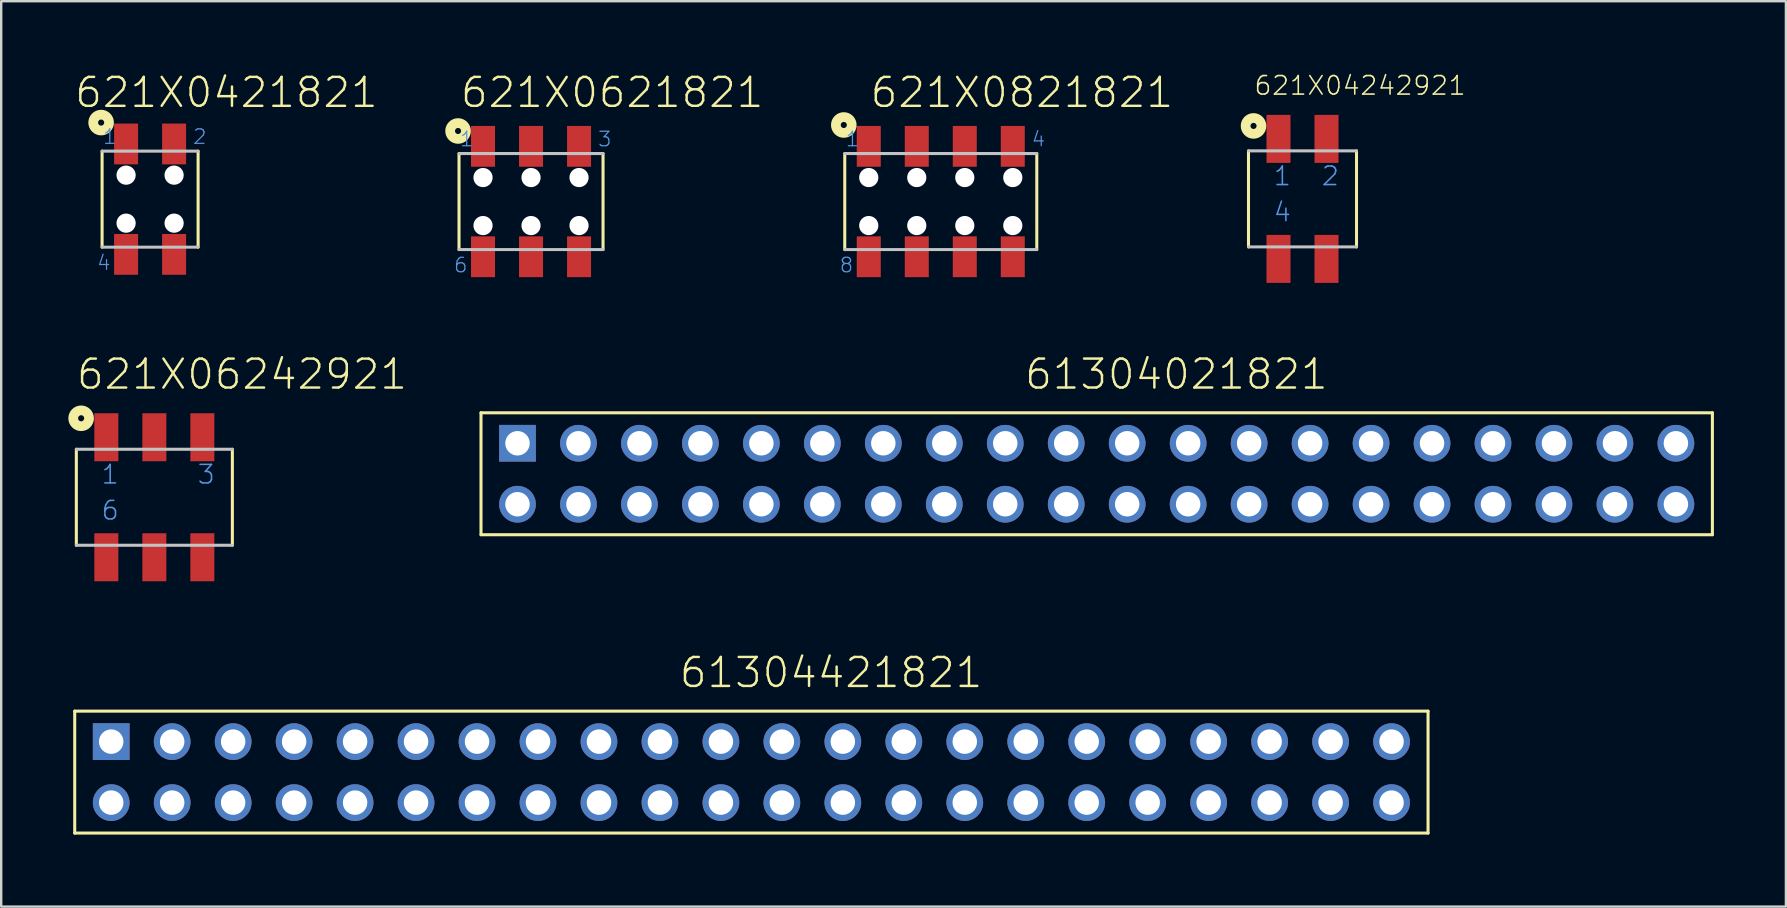
<source format=kicad_pcb>
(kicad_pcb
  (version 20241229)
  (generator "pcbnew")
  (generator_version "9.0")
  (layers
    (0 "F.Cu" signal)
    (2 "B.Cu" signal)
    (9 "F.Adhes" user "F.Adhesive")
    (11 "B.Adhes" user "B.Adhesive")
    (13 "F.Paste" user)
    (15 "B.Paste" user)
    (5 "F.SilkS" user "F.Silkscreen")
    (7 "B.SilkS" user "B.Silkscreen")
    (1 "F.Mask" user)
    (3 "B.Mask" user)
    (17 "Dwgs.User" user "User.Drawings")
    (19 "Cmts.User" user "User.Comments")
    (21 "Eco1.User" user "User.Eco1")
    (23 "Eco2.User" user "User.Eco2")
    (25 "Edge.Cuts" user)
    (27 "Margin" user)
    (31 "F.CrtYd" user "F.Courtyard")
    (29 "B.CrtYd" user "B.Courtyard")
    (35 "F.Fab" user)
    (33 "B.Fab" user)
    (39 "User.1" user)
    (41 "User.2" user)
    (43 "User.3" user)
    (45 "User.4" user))
  (footprint "621X04242921"
    (layer "F.Cu")
    (at 51.213 5.236)
    (property "Reference" "621X04242921" (at -2.057 -4.269 0) (layer "F.SilkS") (effects (font (size 0.772 0.772) (thickness 0.065)) (justify left bottom)))
    (attr through_hole)
    (fp_line (start -2.25 -2) (end -2.25 2) (stroke (width 0.127) (type solid)) (layer "F.SilkS"))
    (fp_line (start 2.25 2) (end 2.25 -2) (stroke (width 0.127) (type solid)) (layer "F.SilkS"))
    (fp_circle (center -2.04 -3.04) (end -1.913 -3.04) (stroke (width 0.406) (type solid)) (fill no) (layer "F.SilkS"))
    (fp_line (start -2.25 2) (end 2.25 2) (stroke (width 0.127) (type solid)) (layer "Dwgs.User"))
    (fp_line (start 2.25 -2) (end -2.25 -2) (stroke (width 0.127) (type solid)) (layer "Dwgs.User"))
    (fp_text user "4" (at -1.25 1 0) (layer "Cmts.User") (effects (font (size 0.772 0.772) (thickness 0.065)) (justify left bottom)))
    (fp_text user "1" (at -1.25 -0.5 0) (layer "Cmts.User") (effects (font (size 0.772 0.772) (thickness 0.065)) (justify left bottom)))
    (fp_text user "2" (at 0.75 -0.5 0) (layer "Cmts.User") (effects (font (size 0.772 0.772) (thickness 0.065)) (justify left bottom)))
    (pad "1" smd rect (at -1 -2.5) (size 1 2) (layers "F.Cu" "F.Mask" "F.Paste"))
    (pad "2" smd rect (at 1 -2.5) (size 1 2) (layers "F.Cu" "F.Mask" "F.Paste"))
    (pad "3" smd rect (at 1 2.5) (size 1 2) (layers "F.Cu" "F.Mask" "F.Paste"))
    (pad "4" smd rect (at -1 2.5) (size 1 2) (layers "F.Cu" "F.Mask" "F.Paste")))
  (footprint "621X0621821"
    (layer "F.Cu")
    (at 19.073 5.347)
    (property "Reference" "621X0621821" (at -3.003 -3.836 0) (layer "F.SilkS") (effects (font (size 1.206 1.206) (thickness 0.102)) (justify left bottom)))
    (attr through_hole)
    (fp_line (start -3 2) (end -3 -2) (stroke (width 0.127) (type solid)) (layer "F.SilkS"))
    (fp_line (start 3 -2) (end 3 2) (stroke (width 0.127) (type solid)) (layer "F.SilkS"))
    (fp_circle (center -3.04 -2.94) (end -2.913 -2.94) (stroke (width 0.406) (type solid)) (fill no) (layer "F.SilkS"))
    (fp_line (start -3 -2) (end 3 -2) (stroke (width 0.127) (type solid)) (layer "Dwgs.User"))
    (fp_line (start 3 2) (end -3 2) (stroke (width 0.127) (type solid)) (layer "Dwgs.User"))
    (fp_text user "1" (at -3 -2.25 0) (layer "Cmts.User") (effects (font (size 0.603 0.603) (thickness 0.051)) (justify left bottom)))
    (fp_text user "3" (at 2.75 -2.25 0) (layer "Cmts.User") (effects (font (size 0.603 0.603) (thickness 0.051)) (justify left bottom)))
    (fp_text user "6" (at -3.25 3 0) (layer "Cmts.User") (effects (font (size 0.603 0.603) (thickness 0.051)) (justify left bottom)))
    (pad "" np_thru_hole circle (at -2 -1) (size 0.8 0.8) (drill 0.8) (layers "*.Cu"))
    (pad "" np_thru_hole circle (at -2 1) (size 0.8 0.8) (drill 0.8) (layers "*.Cu"))
    (pad "" np_thru_hole circle (at 0 -1) (size 0.8 0.8) (drill 0.8) (layers "*.Cu"))
    (pad "" np_thru_hole circle (at 0 1) (size 0.8 0.8) (drill 0.8) (layers "*.Cu"))
    (pad "" np_thru_hole circle (at 2 -1) (size 0.8 0.8) (drill 0.8) (layers "*.Cu"))
    (pad "" np_thru_hole circle (at 2 1) (size 0.8 0.8) (drill 0.8) (layers "*.Cu"))
    (pad "1" smd rect (at -2 -2.3) (size 1 1.7) (layers "F.Cu" "F.Mask" "F.Paste"))
    (pad "2" smd rect (at 0 -2.3) (size 1 1.7) (layers "F.Cu" "F.Mask" "F.Paste"))
    (pad "3" smd rect (at 2 -2.3) (size 1 1.7) (layers "F.Cu" "F.Mask" "F.Paste"))
    (pad "4" smd rect (at 2 2.3) (size 1 1.7) (layers "F.Cu" "F.Mask" "F.Paste"))
    (pad "5" smd rect (at 0 2.3) (size 1 1.7) (layers "F.Cu" "F.Mask" "F.Paste"))
    (pad "6" smd rect (at -2 2.3) (size 1 1.7) (layers "F.Cu" "F.Mask" "F.Paste")))
  (footprint "621X06242921"
    (layer "F.Cu")
    (at 3.38 17.666)
    (property "Reference" "621X06242921" (at -3.307 -4.418 0) (layer "F.SilkS") (effects (font (size 1.206 1.206) (thickness 0.102)) (justify left bottom)))
    (attr through_hole)
    (fp_line (start -3.25 -2) (end -3.25 2) (stroke (width 0.127) (type solid)) (layer "F.SilkS"))
    (fp_line (start 3.25 2) (end 3.25 -2) (stroke (width 0.127) (type solid)) (layer "F.SilkS"))
    (fp_circle (center -3.05 -3.29) (end -2.923 -3.29) (stroke (width 0.406) (type solid)) (fill no) (layer "F.SilkS"))
    (fp_line (start -3.25 2) (end 3.25 2) (stroke (width 0.127) (type solid)) (layer "Dwgs.User"))
    (fp_line (start 3.25 -2) (end -3.25 -2) (stroke (width 0.127) (type solid)) (layer "Dwgs.User"))
    (fp_text user "6" (at -2.25 1 0) (layer "Cmts.User") (effects (font (size 0.772 0.772) (thickness 0.065)) (justify left bottom)))
    (fp_text user "1" (at -2.25 -0.5 0) (layer "Cmts.User") (effects (font (size 0.772 0.772) (thickness 0.065)) (justify left bottom)))
    (fp_text user "3" (at 1.75 -0.5 0) (layer "Cmts.User") (effects (font (size 0.772 0.772) (thickness 0.065)) (justify left bottom)))
    (pad "1" smd rect (at -2 -2.5) (size 1 2) (layers "F.Cu" "F.Mask" "F.Paste"))
    (pad "2" smd rect (at 0 -2.5) (size 1 2) (layers "F.Cu" "F.Mask" "F.Paste"))
    (pad "3" smd rect (at 2 -2.5) (size 1 2) (layers "F.Cu" "F.Mask" "F.Paste"))
    (pad "4" smd rect (at 2 2.5) (size 1 2) (layers "F.Cu" "F.Mask" "F.Paste"))
    (pad "5" smd rect (at 0 2.5) (size 1 2) (layers "F.Cu" "F.Mask" "F.Paste"))
    (pad "6" smd rect (at -2 2.5) (size 1 2) (layers "F.Cu" "F.Mask" "F.Paste")))
  (footprint "61304021821"
    (layer "F.Cu")
    (at 42.639 16.687)
    (property "Reference" "61304021821" (at -3.063 -3.44 0) (layer "F.SilkS") (effects (font (size 1.206 1.206) (thickness 0.102)) (justify left bottom)))
    (attr through_hole)
    (fp_line (start -25.65 -2.54) (end -25.65 2.54) (stroke (width 0.127) (type solid)) (layer "F.SilkS"))
    (fp_line (start -25.65 2.54) (end 25.65 2.54) (stroke (width 0.127) (type solid)) (layer "F.SilkS"))
    (fp_line (start 25.65 -2.54) (end -25.65 -2.54) (stroke (width 0.127) (type solid)) (layer "F.SilkS"))
    (fp_line (start 25.65 2.54) (end 25.65 -2.54) (stroke (width 0.127) (type solid)) (layer "F.SilkS"))
    (fp_text user "1" (at -24.36 -1 0) (layer "Cmts.User") (effects (font (size 0.579 0.579) (thickness 0.049)) (justify left bottom)))
    (pad "1" thru_hole rect (at -24.13 -1.27) (size 1.53 1.53) (drill 1.02) (layers "*.Cu" "*.Mask"))
    (pad "2" thru_hole circle (at -21.59 -1.27) (size 1.53 1.53) (drill 1.02) (layers "*.Cu" "*.Mask"))
    (pad "3" thru_hole circle (at -19.05 -1.27) (size 1.53 1.53) (drill 1.02) (layers "*.Cu" "*.Mask"))
    (pad "4" thru_hole circle (at -16.51 -1.27) (size 1.53 1.53) (drill 1.02) (layers "*.Cu" "*.Mask"))
    (pad "5" thru_hole circle (at -13.97 -1.27) (size 1.53 1.53) (drill 1.02) (layers "*.Cu" "*.Mask"))
    (pad "6" thru_hole circle (at -11.43 -1.27) (size 1.53 1.53) (drill 1.02) (layers "*.Cu" "*.Mask"))
    (pad "7" thru_hole circle (at -8.89 -1.27) (size 1.53 1.53) (drill 1.02) (layers "*.Cu" "*.Mask"))
    (pad "8" thru_hole circle (at -6.35 -1.27) (size 1.53 1.53) (drill 1.02) (layers "*.Cu" "*.Mask"))
    (pad "9" thru_hole circle (at -3.81 -1.27) (size 1.53 1.53) (drill 1.02) (layers "*.Cu" "*.Mask"))
    (pad "10" thru_hole circle (at -1.27 -1.27) (size 1.53 1.53) (drill 1.02) (layers "*.Cu" "*.Mask"))
    (pad "11" thru_hole circle (at 1.27 -1.27) (size 1.53 1.53) (drill 1.02) (layers "*.Cu" "*.Mask"))
    (pad "12" thru_hole circle (at 3.81 -1.27) (size 1.53 1.53) (drill 1.02) (layers "*.Cu" "*.Mask"))
    (pad "13" thru_hole circle (at 6.35 -1.27) (size 1.53 1.53) (drill 1.02) (layers "*.Cu" "*.Mask"))
    (pad "14" thru_hole circle (at 8.89 -1.27) (size 1.53 1.53) (drill 1.02) (layers "*.Cu" "*.Mask"))
    (pad "15" thru_hole circle (at 11.43 -1.27) (size 1.53 1.53) (drill 1.02) (layers "*.Cu" "*.Mask"))
    (pad "16" thru_hole circle (at 13.97 -1.27) (size 1.53 1.53) (drill 1.02) (layers "*.Cu" "*.Mask"))
    (pad "17" thru_hole circle (at 16.51 -1.27) (size 1.53 1.53) (drill 1.02) (layers "*.Cu" "*.Mask"))
    (pad "18" thru_hole circle (at 19.05 -1.27) (size 1.53 1.53) (drill 1.02) (layers "*.Cu" "*.Mask"))
    (pad "19" thru_hole circle (at 21.59 -1.27) (size 1.53 1.53) (drill 1.02) (layers "*.Cu" "*.Mask"))
    (pad "20" thru_hole circle (at 24.13 -1.27) (size 1.53 1.53) (drill 1.02) (layers "*.Cu" "*.Mask"))
    (pad "21" thru_hole circle (at 24.13 1.27) (size 1.53 1.53) (drill 1.02) (layers "*.Cu" "*.Mask"))
    (pad "22" thru_hole circle (at 21.59 1.27) (size 1.53 1.53) (drill 1.02) (layers "*.Cu" "*.Mask"))
    (pad "23" thru_hole circle (at 19.05 1.27) (size 1.53 1.53) (drill 1.02) (layers "*.Cu" "*.Mask"))
    (pad "24" thru_hole circle (at 16.51 1.27) (size 1.53 1.53) (drill 1.02) (layers "*.Cu" "*.Mask"))
    (pad "25" thru_hole circle (at 13.97 1.27) (size 1.53 1.53) (drill 1.02) (layers "*.Cu" "*.Mask"))
    (pad "26" thru_hole circle (at 11.43 1.27) (size 1.53 1.53) (drill 1.02) (layers "*.Cu" "*.Mask"))
    (pad "27" thru_hole circle (at 8.89 1.27) (size 1.53 1.53) (drill 1.02) (layers "*.Cu" "*.Mask"))
    (pad "28" thru_hole circle (at 6.35 1.27) (size 1.53 1.53) (drill 1.02) (layers "*.Cu" "*.Mask"))
    (pad "29" thru_hole circle (at 3.81 1.27) (size 1.53 1.53) (drill 1.02) (layers "*.Cu" "*.Mask"))
    (pad "30" thru_hole circle (at 1.27 1.27) (size 1.53 1.53) (drill 1.02) (layers "*.Cu" "*.Mask"))
    (pad "31" thru_hole circle (at -1.27 1.27) (size 1.53 1.53) (drill 1.02) (layers "*.Cu" "*.Mask"))
    (pad "32" thru_hole circle (at -3.81 1.27) (size 1.53 1.53) (drill 1.02) (layers "*.Cu" "*.Mask"))
    (pad "33" thru_hole circle (at -6.35 1.27) (size 1.53 1.53) (drill 1.02) (layers "*.Cu" "*.Mask"))
    (pad "34" thru_hole circle (at -8.89 1.27) (size 1.53 1.53) (drill 1.02) (layers "*.Cu" "*.Mask"))
    (pad "35" thru_hole circle (at -11.43 1.27) (size 1.53 1.53) (drill 1.02) (layers "*.Cu" "*.Mask"))
    (pad "36" thru_hole circle (at -13.97 1.27) (size 1.53 1.53) (drill 1.02) (layers "*.Cu" "*.Mask"))
    (pad "37" thru_hole circle (at -16.51 1.27) (size 1.53 1.53) (drill 1.02) (layers "*.Cu" "*.Mask"))
    (pad "38" thru_hole circle (at -19.05 1.27) (size 1.53 1.53) (drill 1.02) (layers "*.Cu" "*.Mask"))
    (pad "39" thru_hole circle (at -21.59 1.27) (size 1.53 1.53) (drill 1.02) (layers "*.Cu" "*.Mask"))
    (pad "40" thru_hole circle (at -24.13 1.27) (size 1.53 1.53) (drill 1.02) (layers "*.Cu" "*.Mask")))
  (footprint "621X0421821"
    (layer "F.Cu")
    (at 3.203 5.247)
    (property "Reference" "621X0421821" (at -3.203 -3.736 0) (layer "F.SilkS") (effects (font (size 1.206 1.206) (thickness 0.102)) (justify left bottom)))
    (attr through_hole)
    (fp_line (start -2 2) (end -2 -2) (stroke (width 0.127) (type solid)) (layer "F.SilkS"))
    (fp_line (start 2 -2) (end 2 2) (stroke (width 0.127) (type solid)) (layer "F.SilkS"))
    (fp_circle (center -2.04 -3.19) (end -1.913 -3.19) (stroke (width 0.406) (type solid)) (fill no) (layer "F.SilkS"))
    (fp_line (start -2 -2) (end 2 -2) (stroke (width 0.127) (type solid)) (layer "Dwgs.User"))
    (fp_line (start 2 2) (end -2 2) (stroke (width 0.127) (type solid)) (layer "Dwgs.User"))
    (fp_text user "1" (at -2 -2.25 0) (layer "Cmts.User") (effects (font (size 0.603 0.603) (thickness 0.051)) (justify left bottom)))
    (fp_text user "4" (at -2.25 3 0) (layer "Cmts.User") (effects (font (size 0.603 0.603) (thickness 0.051)) (justify left bottom)))
    (fp_text user "2" (at 1.75 -2.25 0) (layer "Cmts.User") (effects (font (size 0.603 0.603) (thickness 0.051)) (justify left bottom)))
    (pad "" np_thru_hole circle (at -1 -1) (size 0.8 0.8) (drill 0.8) (layers "*.Cu"))
    (pad "" np_thru_hole circle (at -1 1) (size 0.8 0.8) (drill 0.8) (layers "*.Cu"))
    (pad "" np_thru_hole circle (at 1 -1) (size 0.8 0.8) (drill 0.8) (layers "*.Cu"))
    (pad "" np_thru_hole circle (at 1 1) (size 0.8 0.8) (drill 0.8) (layers "*.Cu"))
    (pad "1" smd rect (at -1 -2.3) (size 1 1.7) (layers "F.Cu" "F.Mask" "F.Paste"))
    (pad "2" smd rect (at 1 -2.3) (size 1 1.7) (layers "F.Cu" "F.Mask" "F.Paste"))
    (pad "3" smd rect (at 1 2.3) (size 1 1.7) (layers "F.Cu" "F.Mask" "F.Paste"))
    (pad "4" smd rect (at -1 2.3) (size 1 1.7) (layers "F.Cu" "F.Mask" "F.Paste")))
  (footprint "61304421821"
    (layer "F.Cu")
    (at 28.253 29.117)
    (property "Reference" "61304421821" (at -3.063 -3.44 0) (layer "F.SilkS") (effects (font (size 1.206 1.206) (thickness 0.102)) (justify left bottom)))
    (attr through_hole)
    (fp_line (start -28.19 -2.54) (end -28.19 2.54) (stroke (width 0.127) (type solid)) (layer "F.SilkS"))
    (fp_line (start -28.19 2.54) (end 28.19 2.54) (stroke (width 0.127) (type solid)) (layer "F.SilkS"))
    (fp_line (start 28.19 -2.54) (end -28.19 -2.54) (stroke (width 0.127) (type solid)) (layer "F.SilkS"))
    (fp_line (start 28.19 2.54) (end 28.19 -2.54) (stroke (width 0.127) (type solid)) (layer "F.SilkS"))
    (fp_text user "1" (at -26.9 -1 0) (layer "Cmts.User") (effects (font (size 0.579 0.579) (thickness 0.049)) (justify left bottom)))
    (pad "1" thru_hole rect (at -26.67 -1.27) (size 1.53 1.53) (drill 1.02) (layers "*.Cu" "*.Mask"))
    (pad "2" thru_hole circle (at -24.13 -1.27) (size 1.53 1.53) (drill 1.02) (layers "*.Cu" "*.Mask"))
    (pad "3" thru_hole circle (at -21.59 -1.27) (size 1.53 1.53) (drill 1.02) (layers "*.Cu" "*.Mask"))
    (pad "4" thru_hole circle (at -19.05 -1.27) (size 1.53 1.53) (drill 1.02) (layers "*.Cu" "*.Mask"))
    (pad "5" thru_hole circle (at -16.51 -1.27) (size 1.53 1.53) (drill 1.02) (layers "*.Cu" "*.Mask"))
    (pad "6" thru_hole circle (at -13.97 -1.27) (size 1.53 1.53) (drill 1.02) (layers "*.Cu" "*.Mask"))
    (pad "7" thru_hole circle (at -11.43 -1.27) (size 1.53 1.53) (drill 1.02) (layers "*.Cu" "*.Mask"))
    (pad "8" thru_hole circle (at -8.89 -1.27) (size 1.53 1.53) (drill 1.02) (layers "*.Cu" "*.Mask"))
    (pad "9" thru_hole circle (at -6.35 -1.27) (size 1.53 1.53) (drill 1.02) (layers "*.Cu" "*.Mask"))
    (pad "10" thru_hole circle (at -3.81 -1.27) (size 1.53 1.53) (drill 1.02) (layers "*.Cu" "*.Mask"))
    (pad "11" thru_hole circle (at -1.27 -1.27) (size 1.53 1.53) (drill 1.02) (layers "*.Cu" "*.Mask"))
    (pad "12" thru_hole circle (at 1.27 -1.27) (size 1.53 1.53) (drill 1.02) (layers "*.Cu" "*.Mask"))
    (pad "13" thru_hole circle (at 3.81 -1.27) (size 1.53 1.53) (drill 1.02) (layers "*.Cu" "*.Mask"))
    (pad "14" thru_hole circle (at 6.35 -1.27) (size 1.53 1.53) (drill 1.02) (layers "*.Cu" "*.Mask"))
    (pad "15" thru_hole circle (at 8.89 -1.27) (size 1.53 1.53) (drill 1.02) (layers "*.Cu" "*.Mask"))
    (pad "16" thru_hole circle (at 11.43 -1.27) (size 1.53 1.53) (drill 1.02) (layers "*.Cu" "*.Mask"))
    (pad "17" thru_hole circle (at 13.97 -1.27) (size 1.53 1.53) (drill 1.02) (layers "*.Cu" "*.Mask"))
    (pad "18" thru_hole circle (at 16.51 -1.27) (size 1.53 1.53) (drill 1.02) (layers "*.Cu" "*.Mask"))
    (pad "19" thru_hole circle (at 19.05 -1.27) (size 1.53 1.53) (drill 1.02) (layers "*.Cu" "*.Mask"))
    (pad "20" thru_hole circle (at 21.59 -1.27) (size 1.53 1.53) (drill 1.02) (layers "*.Cu" "*.Mask"))
    (pad "21" thru_hole circle (at 24.13 -1.27) (size 1.53 1.53) (drill 1.02) (layers "*.Cu" "*.Mask"))
    (pad "22" thru_hole circle (at 26.67 -1.27) (size 1.53 1.53) (drill 1.02) (layers "*.Cu" "*.Mask"))
    (pad "23" thru_hole circle (at 26.67 1.27) (size 1.53 1.53) (drill 1.02) (layers "*.Cu" "*.Mask"))
    (pad "24" thru_hole circle (at 24.13 1.27) (size 1.53 1.53) (drill 1.02) (layers "*.Cu" "*.Mask"))
    (pad "25" thru_hole circle (at 21.59 1.27) (size 1.53 1.53) (drill 1.02) (layers "*.Cu" "*.Mask"))
    (pad "26" thru_hole circle (at 19.05 1.27) (size 1.53 1.53) (drill 1.02) (layers "*.Cu" "*.Mask"))
    (pad "27" thru_hole circle (at 16.51 1.27) (size 1.53 1.53) (drill 1.02) (layers "*.Cu" "*.Mask"))
    (pad "28" thru_hole circle (at 13.97 1.27) (size 1.53 1.53) (drill 1.02) (layers "*.Cu" "*.Mask"))
    (pad "29" thru_hole circle (at 11.43 1.27) (size 1.53 1.53) (drill 1.02) (layers "*.Cu" "*.Mask"))
    (pad "30" thru_hole circle (at 8.89 1.27) (size 1.53 1.53) (drill 1.02) (layers "*.Cu" "*.Mask"))
    (pad "31" thru_hole circle (at 6.35 1.27) (size 1.53 1.53) (drill 1.02) (layers "*.Cu" "*.Mask"))
    (pad "32" thru_hole circle (at 3.81 1.27) (size 1.53 1.53) (drill 1.02) (layers "*.Cu" "*.Mask"))
    (pad "33" thru_hole circle (at 1.27 1.27) (size 1.53 1.53) (drill 1.02) (layers "*.Cu" "*.Mask"))
    (pad "34" thru_hole circle (at -1.27 1.27) (size 1.53 1.53) (drill 1.02) (layers "*.Cu" "*.Mask"))
    (pad "35" thru_hole circle (at -3.81 1.27) (size 1.53 1.53) (drill 1.02) (layers "*.Cu" "*.Mask"))
    (pad "36" thru_hole circle (at -6.35 1.27) (size 1.53 1.53) (drill 1.02) (layers "*.Cu" "*.Mask"))
    (pad "37" thru_hole circle (at -8.89 1.27) (size 1.53 1.53) (drill 1.02) (layers "*.Cu" "*.Mask"))
    (pad "38" thru_hole circle (at -11.43 1.27) (size 1.53 1.53) (drill 1.02) (layers "*.Cu" "*.Mask"))
    (pad "39" thru_hole circle (at -13.97 1.27) (size 1.53 1.53) (drill 1.02) (layers "*.Cu" "*.Mask"))
    (pad "40" thru_hole circle (at -16.51 1.27) (size 1.53 1.53) (drill 1.02) (layers "*.Cu" "*.Mask"))
    (pad "41" thru_hole circle (at -19.05 1.27) (size 1.53 1.53) (drill 1.02) (layers "*.Cu" "*.Mask"))
    (pad "42" thru_hole circle (at -21.59 1.27) (size 1.53 1.53) (drill 1.02) (layers "*.Cu" "*.Mask"))
    (pad "43" thru_hole circle (at -24.13 1.27) (size 1.53 1.53) (drill 1.02) (layers "*.Cu" "*.Mask"))
    (pad "44" thru_hole circle (at -26.67 1.27) (size 1.53 1.53) (drill 1.02) (layers "*.Cu" "*.Mask")))
  (footprint "621X0821821"
    (layer "F.Cu")
    (at 36.143 5.347)
    (property "Reference" "621X0821821" (at -3.003 -3.836 0) (layer "F.SilkS") (effects (font (size 1.206 1.206) (thickness 0.102)) (justify left bottom)))
    (attr through_hole)
    (fp_line (start -4 2) (end -4 -2) (stroke (width 0.127) (type solid)) (layer "F.SilkS"))
    (fp_line (start 4 -2) (end 4 2) (stroke (width 0.127) (type solid)) (layer "F.SilkS"))
    (fp_circle (center -4.04 -3.19) (end -3.913 -3.19) (stroke (width 0.406) (type solid)) (fill no) (layer "F.SilkS"))
    (fp_line (start -4 -2) (end 4 -2) (stroke (width 0.127) (type solid)) (layer "Dwgs.User"))
    (fp_line (start 4 2) (end -4 2) (stroke (width 0.127) (type solid)) (layer "Dwgs.User"))
    (fp_text user "1" (at -4 -2.25 0) (layer "Cmts.User") (effects (font (size 0.603 0.603) (thickness 0.051)) (justify left bottom)))
    (fp_text user "4" (at 3.75 -2.25 0) (layer "Cmts.User") (effects (font (size 0.603 0.603) (thickness 0.051)) (justify left bottom)))
    (fp_text user "8" (at -4.25 3 0) (layer "Cmts.User") (effects (font (size 0.603 0.603) (thickness 0.051)) (justify left bottom)))
    (pad "" np_thru_hole circle (at -3 -1) (size 0.8 0.8) (drill 0.8) (layers "*.Cu"))
    (pad "" np_thru_hole circle (at -3 1) (size 0.8 0.8) (drill 0.8) (layers "*.Cu"))
    (pad "" np_thru_hole circle (at -1 -1) (size 0.8 0.8) (drill 0.8) (layers "*.Cu"))
    (pad "" np_thru_hole circle (at -1 1) (size 0.8 0.8) (drill 0.8) (layers "*.Cu"))
    (pad "" np_thru_hole circle (at 1 -1) (size 0.8 0.8) (drill 0.8) (layers "*.Cu"))
    (pad "" np_thru_hole circle (at 1 1) (size 0.8 0.8) (drill 0.8) (layers "*.Cu"))
    (pad "" np_thru_hole circle (at 3 -1) (size 0.8 0.8) (drill 0.8) (layers "*.Cu"))
    (pad "" np_thru_hole circle (at 3 1) (size 0.8 0.8) (drill 0.8) (layers "*.Cu"))
    (pad "1" smd rect (at -3 -2.3) (size 1 1.7) (layers "F.Cu" "F.Mask" "F.Paste"))
    (pad "2" smd rect (at -1 -2.3) (size 1 1.7) (layers "F.Cu" "F.Mask" "F.Paste"))
    (pad "3" smd rect (at 1 -2.3) (size 1 1.7) (layers "F.Cu" "F.Mask" "F.Paste"))
    (pad "4" smd rect (at 3 -2.3) (size 1 1.7) (layers "F.Cu" "F.Mask" "F.Paste"))
    (pad "5" smd rect (at 3 2.3) (size 1 1.7) (layers "F.Cu" "F.Mask" "F.Paste"))
    (pad "6" smd rect (at 1 2.3) (size 1 1.7) (layers "F.Cu" "F.Mask" "F.Paste"))
    (pad "7" smd rect (at -1 2.3) (size 1 1.7) (layers "F.Cu" "F.Mask" "F.Paste"))
    (pad "8" smd rect (at -3 2.3) (size 1 1.7) (layers "F.Cu" "F.Mask" "F.Paste")))
  (gr_rect
    (start -3 -3)
    (end 71.352 34.72)
    (stroke (width 0.1) (type default))
    (fill no)
    (layer "Edge.Cuts")))
</source>
